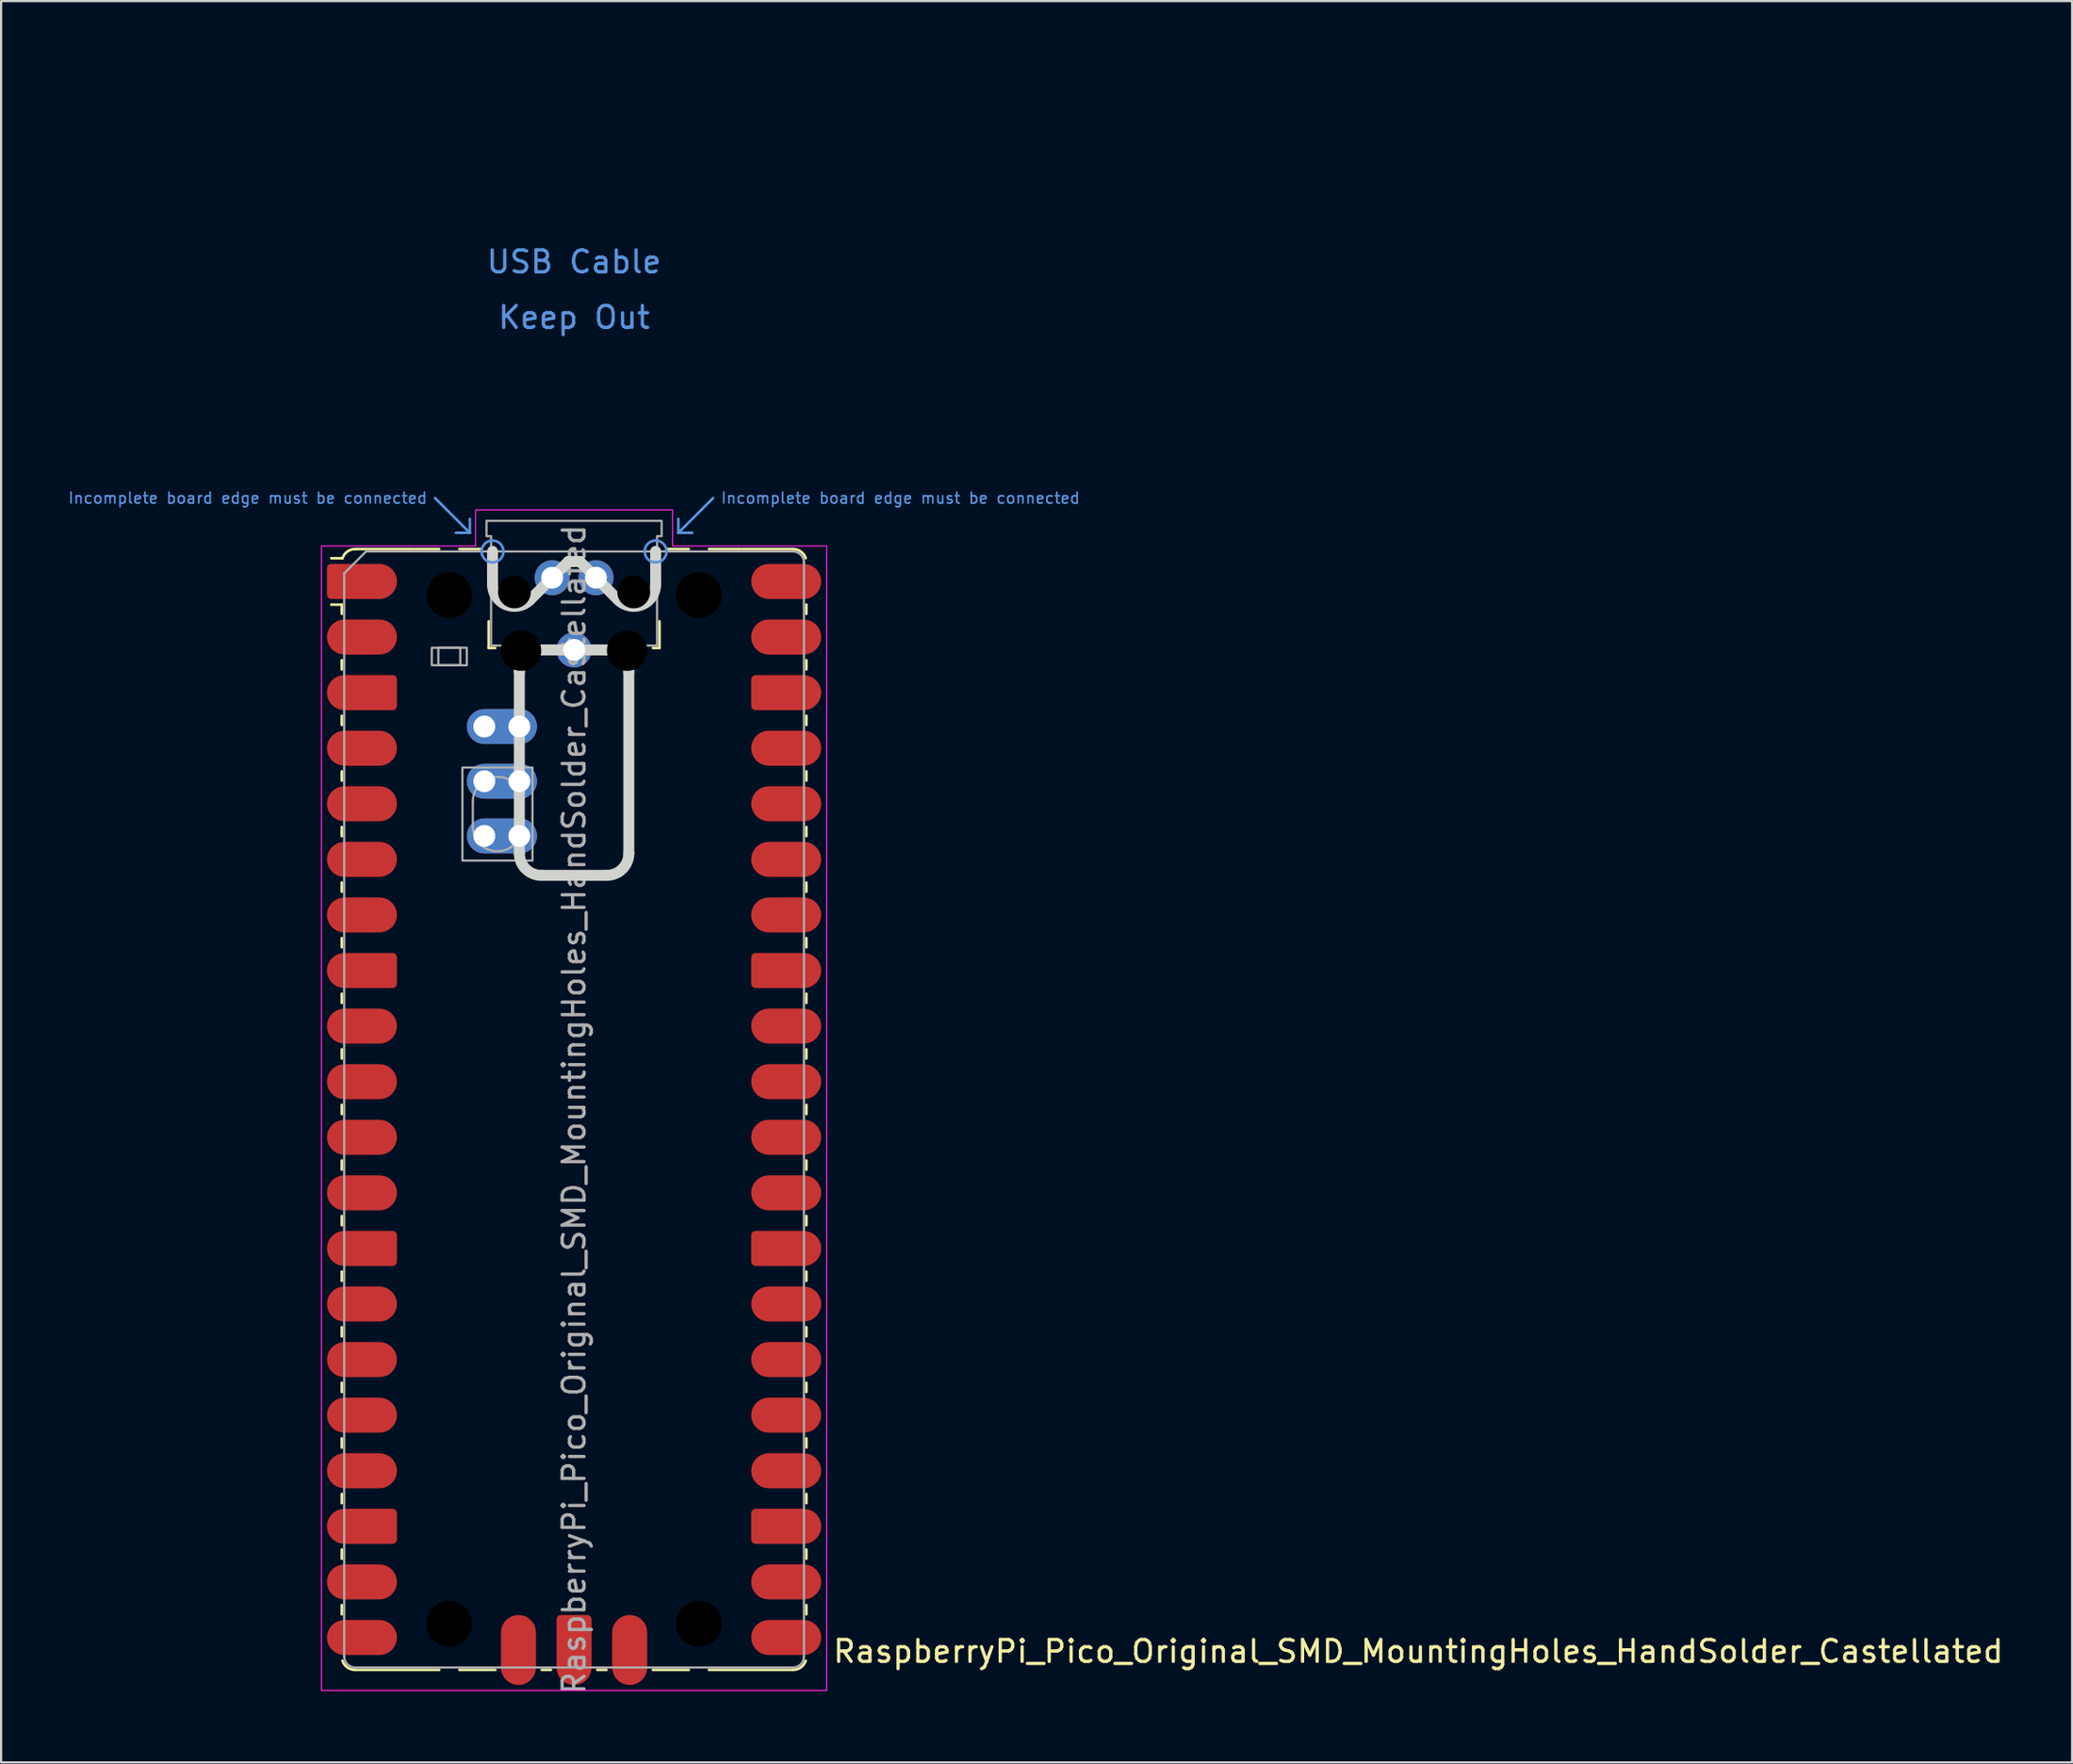
<source format=kicad_pcb>
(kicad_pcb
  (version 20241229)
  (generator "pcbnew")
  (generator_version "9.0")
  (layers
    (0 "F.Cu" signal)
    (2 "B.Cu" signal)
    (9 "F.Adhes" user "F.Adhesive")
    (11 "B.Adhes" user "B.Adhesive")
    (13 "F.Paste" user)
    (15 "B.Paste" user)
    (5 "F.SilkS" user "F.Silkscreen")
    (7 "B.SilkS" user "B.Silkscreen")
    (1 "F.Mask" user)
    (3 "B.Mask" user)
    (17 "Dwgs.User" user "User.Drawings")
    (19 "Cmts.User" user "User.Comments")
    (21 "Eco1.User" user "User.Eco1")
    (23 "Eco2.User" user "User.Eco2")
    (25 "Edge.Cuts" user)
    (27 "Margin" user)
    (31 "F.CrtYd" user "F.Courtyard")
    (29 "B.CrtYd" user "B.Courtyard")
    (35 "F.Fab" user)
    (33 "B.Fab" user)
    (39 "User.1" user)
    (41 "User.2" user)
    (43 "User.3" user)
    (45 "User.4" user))
  (footprint "RaspberryPi_Pico_Original_SMD_MountingHoles_HandSolder_Castellated"
    (layer "F.Cu")
    (at 23.173 47.65)
    (property "Reference" "RaspberryPi_Pico_Original_SMD_MountingHoles_HandSolder_Castellated" (at 11.748 24.765 0) (unlocked yes) (layer "F.SilkS") (effects (font (size 1 1) (thickness 0.15)) (justify left)))
    (attr smd)
    (fp_line (start -10.61 -23.07) (end -11.09 -23.07) (stroke (width 0.12) (type solid)) (layer "F.SilkS"))
    (fp_line (start -10.61 -23.07) (end -10.61 -22.65) (stroke (width 0.12) (type solid)) (layer "F.SilkS"))
    (fp_line (start -10.61 -20.53) (end -10.61 -20.11) (stroke (width 0.12) (type solid)) (layer "F.SilkS"))
    (fp_line (start -10.61 -17.99) (end -10.61 -17.57) (stroke (width 0.12) (type solid)) (layer "F.SilkS"))
    (fp_line (start -10.61 -15.45) (end -10.61 -15.03) (stroke (width 0.12) (type solid)) (layer "F.SilkS"))
    (fp_line (start -10.61 -12.91) (end -10.61 -12.49) (stroke (width 0.12) (type solid)) (layer "F.SilkS"))
    (fp_line (start -10.61 -10.37) (end -10.61 -9.95) (stroke (width 0.12) (type solid)) (layer "F.SilkS"))
    (fp_line (start -10.61 -7.83) (end -10.61 -7.41) (stroke (width 0.12) (type solid)) (layer "F.SilkS"))
    (fp_line (start -10.61 -5.29) (end -10.61 -4.87) (stroke (width 0.12) (type solid)) (layer "F.SilkS"))
    (fp_line (start -10.61 -2.75) (end -10.61 -2.33) (stroke (width 0.12) (type solid)) (layer "F.SilkS"))
    (fp_line (start -10.61 -0.21) (end -10.61 0.21) (stroke (width 0.12) (type solid)) (layer "F.SilkS"))
    (fp_line (start -10.61 2.33) (end -10.61 2.75) (stroke (width 0.12) (type solid)) (layer "F.SilkS"))
    (fp_line (start -10.61 4.87) (end -10.61 5.29) (stroke (width 0.12) (type solid)) (layer "F.SilkS"))
    (fp_line (start -10.61 7.41) (end -10.61 7.83) (stroke (width 0.12) (type solid)) (layer "F.SilkS"))
    (fp_line (start -10.61 9.95) (end -10.61 10.37) (stroke (width 0.12) (type solid)) (layer "F.SilkS"))
    (fp_line (start -10.61 12.49) (end -10.61 12.91) (stroke (width 0.12) (type solid)) (layer "F.SilkS"))
    (fp_line (start -10.61 15.03) (end -10.61 15.45) (stroke (width 0.12) (type solid)) (layer "F.SilkS"))
    (fp_line (start -10.61 17.57) (end -10.61 17.99) (stroke (width 0.12) (type solid)) (layer "F.SilkS"))
    (fp_line (start -10.61 20.11) (end -10.61 20.53) (stroke (width 0.12) (type solid)) (layer "F.SilkS"))
    (fp_line (start -10.61 22.65) (end -10.61 23.07) (stroke (width 0.12) (type solid)) (layer "F.SilkS"))
    (fp_line (start -10.58 -25.19) (end -11.09 -25.19) (stroke (width 0.12) (type solid)) (layer "F.SilkS"))
    (fp_line (start -10 -25.61) (end -7.51 -25.61) (stroke (width 0.12) (type solid)) (layer "F.SilkS"))
    (fp_line (start -10 25.61) (end -6.162 25.61) (stroke (width 0.12) (type solid)) (layer "F.SilkS"))
    (fp_line (start -7.51 -25.61) (end -6.162 -25.61) (stroke (width 0.12) (type solid)) (layer "F.SilkS"))
    (fp_line (start -5.238 -25.61) (end -4.235 -25.61) (stroke (width 0.12) (type solid)) (layer "F.SilkS"))
    (fp_line (start -3.9 -22.306) (end -3.9 -21.09) (stroke (width 0.12) (type solid)) (layer "F.SilkS"))
    (fp_line (start -3.9 -21.09) (end -3.604 -21.09) (stroke (width 0.12) (type solid)) (layer "F.SilkS"))
    (fp_line (start -3.6 25.61) (end -5.238 25.61) (stroke (width 0.12) (type solid)) (layer "F.SilkS"))
    (fp_line (start -1.48 25.61) (end -1.06 25.61) (stroke (width 0.12) (type solid)) (layer "F.SilkS"))
    (fp_line (start 1.06 25.61) (end 1.48 25.61) (stroke (width 0.12) (type solid)) (layer "F.SilkS"))
    (fp_line (start 3.604 -21.09) (end 3.9 -21.09) (stroke (width 0.12) (type solid)) (layer "F.SilkS"))
    (fp_line (start 3.9 -22.306) (end 3.9 -21.09) (stroke (width 0.12) (type solid)) (layer "F.SilkS"))
    (fp_line (start 4.235 -25.61) (end 5.238 -25.61) (stroke (width 0.12) (type solid)) (layer "F.SilkS"))
    (fp_line (start 5.238 25.61) (end 3.6 25.61) (stroke (width 0.12) (type solid)) (layer "F.SilkS"))
    (fp_line (start 6.162 -25.61) (end 7.51 -25.61) (stroke (width 0.12) (type solid)) (layer "F.SilkS"))
    (fp_line (start 6.162 25.61) (end 10 25.61) (stroke (width 0.12) (type solid)) (layer "F.SilkS"))
    (fp_line (start 10 -25.61) (end 7.51 -25.61) (stroke (width 0.12) (type solid)) (layer "F.SilkS"))
    (fp_line (start 10.61 -23.07) (end 10.61 -22.65) (stroke (width 0.12) (type solid)) (layer "F.SilkS"))
    (fp_line (start 10.61 -20.53) (end 10.61 -20.11) (stroke (width 0.12) (type solid)) (layer "F.SilkS"))
    (fp_line (start 10.61 -17.99) (end 10.61 -17.57) (stroke (width 0.12) (type solid)) (layer "F.SilkS"))
    (fp_line (start 10.61 -15.45) (end 10.61 -15.03) (stroke (width 0.12) (type solid)) (layer "F.SilkS"))
    (fp_line (start 10.61 -12.91) (end 10.61 -12.49) (stroke (width 0.12) (type solid)) (layer "F.SilkS"))
    (fp_line (start 10.61 -10.37) (end 10.61 -9.95) (stroke (width 0.12) (type solid)) (layer "F.SilkS"))
    (fp_line (start 10.61 -7.83) (end 10.61 -7.41) (stroke (width 0.12) (type solid)) (layer "F.SilkS"))
    (fp_line (start 10.61 -5.29) (end 10.61 -4.87) (stroke (width 0.12) (type solid)) (layer "F.SilkS"))
    (fp_line (start 10.61 -2.75) (end 10.61 -2.33) (stroke (width 0.12) (type solid)) (layer "F.SilkS"))
    (fp_line (start 10.61 -0.21) (end 10.61 0.21) (stroke (width 0.12) (type solid)) (layer "F.SilkS"))
    (fp_line (start 10.61 2.33) (end 10.61 2.75) (stroke (width 0.12) (type solid)) (layer "F.SilkS"))
    (fp_line (start 10.61 4.87) (end 10.61 5.29) (stroke (width 0.12) (type solid)) (layer "F.SilkS"))
    (fp_line (start 10.61 7.41) (end 10.61 7.83) (stroke (width 0.12) (type solid)) (layer "F.SilkS"))
    (fp_line (start 10.61 9.95) (end 10.61 10.37) (stroke (width 0.12) (type solid)) (layer "F.SilkS"))
    (fp_line (start 10.61 12.49) (end 10.61 12.91) (stroke (width 0.12) (type solid)) (layer "F.SilkS"))
    (fp_line (start 10.61 15.03) (end 10.61 15.45) (stroke (width 0.12) (type solid)) (layer "F.SilkS"))
    (fp_line (start 10.61 17.57) (end 10.61 17.99) (stroke (width 0.12) (type solid)) (layer "F.SilkS"))
    (fp_line (start 10.61 20.11) (end 10.61 20.53) (stroke (width 0.12) (type solid)) (layer "F.SilkS"))
    (fp_line (start 10.61 22.65) (end 10.61 23.07) (stroke (width 0.12) (type solid)) (layer "F.SilkS"))
    (fp_arc (start -10.579676 -25.19) (mid -10.357938 -25.493944) (end -10 -25.61) (stroke (width 0.12) (type solid)) (layer "F.SilkS"))
    (fp_arc (start -10 25.61) (mid -10.357937 25.493944) (end -10.579676 25.189937) (stroke (width 0.12) (type solid)) (layer "F.SilkS"))
    (fp_arc (start 10 -25.61) (mid 10.357937 -25.493944) (end 10.579676 -25.189937) (stroke (width 0.12) (type solid)) (layer "F.SilkS"))
    (fp_arc (start 10.579676 25.189937) (mid 10.357958 25.493991) (end 10 25.61) (stroke (width 0.12) (type solid)) (layer "F.SilkS"))
    (fp_line (start -6.35 -27.94) (end -4.763 -26.352) (stroke (width 0.12) (type solid)) (layer "Cmts.User"))
    (fp_line (start -4.763 -26.352) (end -5.397 -26.352) (stroke (width 0.12) (type solid)) (layer "Cmts.User"))
    (fp_line (start -4.763 -26.352) (end -4.763 -26.988) (stroke (width 0.12) (type solid)) (layer "Cmts.User"))
    (fp_line (start 4.763 -26.352) (end 4.763 -26.988) (stroke (width 0.12) (type solid)) (layer "Cmts.User"))
    (fp_line (start 4.763 -26.352) (end 5.397 -26.352) (stroke (width 0.12) (type solid)) (layer "Cmts.User"))
    (fp_line (start 6.35 -27.94) (end 4.763 -26.352) (stroke (width 0.12) (type solid)) (layer "Cmts.User"))
    (fp_circle (center -3.725 -25.5) (end -3.225 -25.5) (stroke (width 0.12) (type solid)) (fill no) (layer "Cmts.User"))
    (fp_circle (center 3.725 -25.5) (end 3.225 -25.5) (stroke (width 0.12) (type solid)) (fill no) (layer "Cmts.User"))
    (fp_line (start -3.725 -23.989) (end -3.725 -25.5) (stroke (width 0.5) (type solid)) (layer "Edge.Cuts"))
    (fp_line (start -2.5 -20) (end -2.5 -11.7) (stroke (width 0.5) (type solid)) (layer "Edge.Cuts"))
    (fp_line (start -2.018 -23.282) (end -0.258 -25.042) (stroke (width 0.5) (type solid)) (layer "Edge.Cuts"))
    (fp_line (start 0.258 -25.042) (end -0.258 -25.042) (stroke (width 0.5) (type solid)) (layer "Edge.Cuts"))
    (fp_line (start 1.5 -21) (end -1.5 -21) (stroke (width 0.5) (type solid)) (layer "Edge.Cuts"))
    (fp_line (start 1.5 -10.7) (end -1.5 -10.7) (stroke (width 0.5) (type solid)) (layer "Edge.Cuts"))
    (fp_line (start 2.018 -23.282) (end 0.258 -25.042) (stroke (width 0.5) (type solid)) (layer "Edge.Cuts"))
    (fp_line (start 2.5 -11.7) (end 2.5 -20) (stroke (width 0.5) (type solid)) (layer "Edge.Cuts"))
    (fp_line (start 3.725 -23.989) (end 3.725 -25.5) (stroke (width 0.5) (type solid)) (layer "Edge.Cuts"))
    (fp_arc (start -2.5 -20) (mid -2.207118 -20.707118) (end -1.5 -21) (stroke (width 0.5) (type solid)) (layer "Edge.Cuts"))
    (fp_arc (start -2.017893 -23.282106) (mid -3.107711 -23.065266) (end -3.725 -23.989213) (stroke (width 0.5) (type solid)) (layer "Edge.Cuts"))
    (fp_arc (start -1.5 -10.7) (mid -2.20711 -10.99289) (end -2.5 -11.7) (stroke (width 0.5) (type solid)) (layer "Edge.Cuts"))
    (fp_arc (start 1.5 -21) (mid 2.207107 -20.707107) (end 2.5 -20) (stroke (width 0.5) (type solid)) (layer "Edge.Cuts"))
    (fp_arc (start 2.5 -11.7) (mid 2.207095 -10.992905) (end 1.5 -10.7) (stroke (width 0.5) (type solid)) (layer "Edge.Cuts"))
    (fp_arc (start 3.725 -23.989213) (mid 3.107698 -23.06529) (end 2.017893 -23.282106) (stroke (width 0.5) (type solid)) (layer "Edge.Cuts"))
    (fp_poly (pts (xy -4.5 -27.4) (xy 4.5 -27.4) (xy 4.5 -25.75) (xy 11.54 -25.75) (xy 11.54 26.55) (xy -11.54 26.55) (xy -11.54 -25.75) (xy -4.5 -25.75)) (stroke (width 0.05) (type solid)) (fill no) (layer "F.CrtYd"))
    (fp_line (start -10.5 -24.5) (end -9.5 -25.5) (stroke (width 0.1) (type solid)) (layer "F.Fab"))
    (fp_line (start -10.5 25) (end -10.5 -24.5) (stroke (width 0.1) (type solid)) (layer "F.Fab"))
    (fp_line (start -9.5 -25.5) (end 10 -25.5) (stroke (width 0.1) (type solid)) (layer "F.Fab"))
    (fp_line (start -4.625 -14.075) (end -4.625 -12.925) (stroke (width 0.1) (type solid)) (layer "F.Fab"))
    (fp_line (start -2.375 -14.075) (end -2.375 -12.925) (stroke (width 0.1) (type solid)) (layer "F.Fab"))
    (fp_line (start 10 25.5) (end -10 25.5) (stroke (width 0.1) (type solid)) (layer "F.Fab"))
    (fp_line (start 10.5 -25) (end 10.5 25) (stroke (width 0.1) (type solid)) (layer "F.Fab"))
    (fp_rect (start -6.5 -21.1) (end -4.9 -20.3) (stroke (width 0.1) (type solid)) (fill no) (layer "F.Fab"))
    (fp_rect (start -6.2 -21.1) (end -5.2 -20.3) (stroke (width 0.1) (type solid)) (fill no) (layer "F.Fab"))
    (fp_rect (start -5.1 -15.625) (end -1.9 -11.375) (stroke (width 0.1) (type solid)) (fill no) (layer "F.Fab"))
    (fp_arc (start -10 25.5) (mid -10.353553 25.353553) (end -10.5 25) (stroke (width 0.1) (type solid)) (layer "F.Fab"))
    (fp_arc (start -4.625 -14.075) (mid -3.5 -15.2) (end -2.375 -14.075) (stroke (width 0.1) (type solid)) (layer "F.Fab"))
    (fp_arc (start -2.375 -12.925) (mid -3.5 -11.8) (end -4.625 -12.925) (stroke (width 0.1) (type solid)) (layer "F.Fab"))
    (fp_arc (start 10 -25.5) (mid 10.353553 -25.353553) (end 10.5 -25) (stroke (width 0.1) (type solid)) (layer "F.Fab"))
    (fp_arc (start 10.5 25) (mid 10.353553 25.353553) (end 10 25.5) (stroke (width 0.1) (type solid)) (layer "F.Fab"))
    (fp_poly (pts (xy 3.79 -21.2) (xy 3.79 -26.2) (xy 4 -26.2) (xy 4 -26.9) (xy -4 -26.9) (xy -4 -26.2) (xy -3.79 -26.2) (xy -3.79 -21.2)) (stroke (width 0.1) (type solid)) (fill no) (layer "F.Fab"))
    (fp_text user "USB Cable" (at 0 -38.735 0) (unlocked yes) (layer "Cmts.User") (effects (font (size 1 1) (thickness 0.15))))
    (fp_text user "Keep Out" (at 0 -36.195 0) (unlocked yes) (layer "Cmts.User") (effects (font (size 1 1) (thickness 0.15))))
    (fp_text user "Incomplete board edge must be connected" (at 6.668 -27.94 0) (unlocked yes) (layer "Cmts.User") (effects (font (size 0.5 0.5) (thickness 0.075)) (justify left)))
    (fp_text user "Incomplete board edge must be connected" (at -6.668 -27.94 0) (unlocked yes) (layer "Cmts.User") (effects (font (size 0.5 0.5) (thickness 0.075)) (justify right)))
    (fp_text user "${REFERENCE}" (at 0 0 90) (layer "F.Fab") (effects (font (size 1 1) (thickness 0.15))))
    (pad "" np_thru_hole circle (at -5.7 -23.5) (size 3.8 3.8) (drill 2.1) (layers "*.Mask"))
    (pad "" np_thru_hole circle (at -5.7 23.5) (size 3.8 3.8) (drill 2.1) (layers "*.Mask"))
    (pad "" np_thru_hole circle (at -2.725 -23.65) (size 1.5 1.5) (drill 1.5) (layers "*.Mask"))
    (pad "" np_thru_hole circle (at -2.425 -20.97) (size 1.85 1.85) (drill 1.85) (layers "*.Mask"))
    (pad "" np_thru_hole circle (at 2.425 -20.97) (size 1.85 1.85) (drill 1.85) (layers "*.Mask"))
    (pad "" np_thru_hole circle (at 2.725 -23.65) (size 1.5 1.5) (drill 1.5) (layers "*.Mask"))
    (pad "" np_thru_hole circle (at 5.7 -23.5) (size 3.8 3.8) (drill 2.1) (layers "*.Mask"))
    (pad "" np_thru_hole circle (at 5.7 23.5) (size 3.8 3.8) (drill 2.1) (layers "*.Mask"))
    (pad "1" smd custom (at -8.89 -24.13) (size 1.6 1.6) (layers "F.Cu" "F.Mask" "F.Paste") (options (anchor circle)) (primitives (gr_poly (pts (xy -2.4 0.6) (xy -2.4 -0.6) (xy -2.2 -0.8) (xy 0 -0.8) (xy 0 0.8) (xy -2.2 0.8)) (width 0) (fill yes)) (gr_circle (center -2.2 0.6) (end -2 0.6) (width 0) (fill yes)) (gr_circle (center -2.2 -0.6) (end -2 -0.6) (width 0) (fill yes))))
    (pad "2" smd roundrect (at -8.89 -21.59) (size 3.2 1.6) (drill (offset -0.8 0)) (layers "F.Cu" "F.Mask" "F.Paste") (roundrect_rratio 0.5))
    (pad "3" smd custom (at -8.89 -19.05) (size 1.6 1.6) (layers "F.Cu" "F.Mask" "F.Paste") (options (anchor circle)) (primitives (gr_poly (pts (xy 0.8 -0.6) (xy 0.8 0.6) (xy 0.6 0.8) (xy -1.6 0.8) (xy -1.6 -0.8) (xy 0.6 -0.8)) (width 0) (fill yes)) (gr_circle (center 0.6 0.6) (end 0.8 0.6) (width 0) (fill yes)) (gr_circle (center 0.6 -0.6) (end 0.8 -0.6) (width 0) (fill yes)) (gr_circle (center -1.6 0) (end -0.8 0) (width 0) (fill yes))))
    (pad "4" smd roundrect (at -8.89 -16.51) (size 3.2 1.6) (drill (offset -0.8 0)) (layers "F.Cu" "F.Mask" "F.Paste") (roundrect_rratio 0.5))
    (pad "5" smd roundrect (at -8.89 -13.97) (size 3.2 1.6) (drill (offset -0.8 0)) (layers "F.Cu" "F.Mask" "F.Paste") (roundrect_rratio 0.5))
    (pad "6" smd roundrect (at -8.89 -11.43) (size 3.2 1.6) (drill (offset -0.8 0)) (layers "F.Cu" "F.Mask" "F.Paste") (roundrect_rratio 0.5))
    (pad "7" smd roundrect (at -8.89 -8.89) (size 3.2 1.6) (drill (offset -0.8 0)) (layers "F.Cu" "F.Mask" "F.Paste") (roundrect_rratio 0.5))
    (pad "8" smd custom (at -8.89 -6.35) (size 1.6 1.6) (layers "F.Cu" "F.Mask" "F.Paste") (options (anchor circle)) (primitives (gr_poly (pts (xy 0.8 -0.6) (xy 0.8 0.6) (xy 0.6 0.8) (xy -1.6 0.8) (xy -1.6 -0.8) (xy 0.6 -0.8)) (width 0) (fill yes)) (gr_circle (center 0.6 0.6) (end 0.8 0.6) (width 0) (fill yes)) (gr_circle (center 0.6 -0.6) (end 0.8 -0.6) (width 0) (fill yes)) (gr_circle (center -1.6 0) (end -0.8 0) (width 0) (fill yes))))
    (pad "9" smd roundrect (at -8.89 -3.81) (size 3.2 1.6) (drill (offset -0.8 0)) (layers "F.Cu" "F.Mask" "F.Paste") (roundrect_rratio 0.5))
    (pad "10" smd roundrect (at -8.89 -1.27) (size 3.2 1.6) (drill (offset -0.8 0)) (layers "F.Cu" "F.Mask" "F.Paste") (roundrect_rratio 0.5))
    (pad "11" smd roundrect (at -8.89 1.27) (size 3.2 1.6) (drill (offset -0.8 0)) (layers "F.Cu" "F.Mask" "F.Paste") (roundrect_rratio 0.5))
    (pad "12" smd roundrect (at -8.89 3.81) (size 3.2 1.6) (drill (offset -0.8 0)) (layers "F.Cu" "F.Mask" "F.Paste") (roundrect_rratio 0.5))
    (pad "13" smd custom (at -8.89 6.35) (size 1.6 1.6) (layers "F.Cu" "F.Mask" "F.Paste") (options (anchor circle)) (primitives (gr_poly (pts (xy 0.8 -0.6) (xy 0.8 0.6) (xy 0.6 0.8) (xy -1.6 0.8) (xy -1.6 -0.8) (xy 0.6 -0.8)) (width 0) (fill yes)) (gr_circle (center 0.6 0.6) (end 0.8 0.6) (width 0) (fill yes)) (gr_circle (center 0.6 -0.6) (end 0.8 -0.6) (width 0) (fill yes)) (gr_circle (center -1.6 0) (end -0.8 0) (width 0) (fill yes))))
    (pad "14" smd roundrect (at -8.89 8.89) (size 3.2 1.6) (drill (offset -0.8 0)) (layers "F.Cu" "F.Mask" "F.Paste") (roundrect_rratio 0.5))
    (pad "15" smd roundrect (at -8.89 11.43) (size 3.2 1.6) (drill (offset -0.8 0)) (layers "F.Cu" "F.Mask" "F.Paste") (roundrect_rratio 0.5))
    (pad "16" smd roundrect (at -8.89 13.97) (size 3.2 1.6) (drill (offset -0.8 0)) (layers "F.Cu" "F.Mask" "F.Paste") (roundrect_rratio 0.5))
    (pad "17" smd roundrect (at -8.89 16.51) (size 3.2 1.6) (drill (offset -0.8 0)) (layers "F.Cu" "F.Mask" "F.Paste") (roundrect_rratio 0.5))
    (pad "18" smd custom (at -8.89 19.05) (size 1.6 1.6) (layers "F.Cu" "F.Mask" "F.Paste") (options (anchor circle)) (primitives (gr_poly (pts (xy 0.8 -0.6) (xy 0.8 0.6) (xy 0.6 0.8) (xy -1.6 0.8) (xy -1.6 -0.8) (xy 0.6 -0.8)) (width 0) (fill yes)) (gr_circle (center 0.6 0.6) (end 0.8 0.6) (width 0) (fill yes)) (gr_circle (center 0.6 -0.6) (end 0.8 -0.6) (width 0) (fill yes)) (gr_circle (center -1.6 0) (end -0.8 0) (width 0) (fill yes))))
    (pad "19" smd roundrect (at -8.89 21.59) (size 3.2 1.6) (drill (offset -0.8 0)) (layers "F.Cu" "F.Mask" "F.Paste") (roundrect_rratio 0.5))
    (pad "20" smd roundrect (at -8.89 24.13) (size 3.2 1.6) (drill (offset -0.8 0)) (layers "F.Cu" "F.Mask" "F.Paste") (roundrect_rratio 0.5))
    (pad "21" smd roundrect (at 8.89 24.13) (size 3.2 1.6) (drill (offset 0.8 0)) (layers "F.Cu" "F.Mask" "F.Paste") (roundrect_rratio 0.5))
    (pad "22" smd roundrect (at 8.89 21.59) (size 3.2 1.6) (drill (offset 0.8 0)) (layers "F.Cu" "F.Mask" "F.Paste") (roundrect_rratio 0.5))
    (pad "23" smd custom (at 8.89 19.05) (size 1.6 1.6) (layers "F.Cu" "F.Mask" "F.Paste") (options (anchor circle)) (primitives (gr_poly (pts (xy -0.8 -0.6) (xy -0.8 0.6) (xy -0.6 0.8) (xy 1.6 0.8) (xy 1.6 -0.8) (xy -0.6 -0.8)) (width 0) (fill yes)) (gr_circle (center -0.6 0.6) (end -0.4 0.6) (width 0) (fill yes)) (gr_circle (center -0.6 -0.6) (end -0.4 -0.6) (width 0) (fill yes)) (gr_circle (center 1.6 0) (end 2.4 0) (width 0) (fill yes))))
    (pad "24" smd roundrect (at 8.89 16.51) (size 3.2 1.6) (drill (offset 0.8 0)) (layers "F.Cu" "F.Mask" "F.Paste") (roundrect_rratio 0.5))
    (pad "25" smd roundrect (at 8.89 13.97) (size 3.2 1.6) (drill (offset 0.8 0)) (layers "F.Cu" "F.Mask" "F.Paste") (roundrect_rratio 0.5))
    (pad "26" smd roundrect (at 8.89 11.43) (size 3.2 1.6) (drill (offset 0.8 0)) (layers "F.Cu" "F.Mask" "F.Paste") (roundrect_rratio 0.5))
    (pad "27" smd roundrect (at 8.89 8.89) (size 3.2 1.6) (drill (offset 0.8 0)) (layers "F.Cu" "F.Mask" "F.Paste") (roundrect_rratio 0.5))
    (pad "28" smd custom (at 8.89 6.35) (size 1.6 1.6) (layers "F.Cu" "F.Mask" "F.Paste") (options (anchor circle)) (primitives (gr_poly (pts (xy -0.8 -0.6) (xy -0.8 0.6) (xy -0.6 0.8) (xy 1.6 0.8) (xy 1.6 -0.8) (xy -0.6 -0.8)) (width 0) (fill yes)) (gr_circle (center -0.6 0.6) (end -0.4 0.6) (width 0) (fill yes)) (gr_circle (center -0.6 -0.6) (end -0.4 -0.6) (width 0) (fill yes)) (gr_circle (center 1.6 0) (end 2.4 0) (width 0) (fill yes))))
    (pad "29" smd roundrect (at 8.89 3.81) (size 3.2 1.6) (drill (offset 0.8 0)) (layers "F.Cu" "F.Mask" "F.Paste") (roundrect_rratio 0.5))
    (pad "30" smd roundrect (at 8.89 1.27) (size 3.2 1.6) (drill (offset 0.8 0)) (layers "F.Cu" "F.Mask" "F.Paste") (roundrect_rratio 0.5))
    (pad "31" smd roundrect (at 8.89 -1.27) (size 3.2 1.6) (drill (offset 0.8 0)) (layers "F.Cu" "F.Mask" "F.Paste") (roundrect_rratio 0.5))
    (pad "32" smd roundrect (at 8.89 -3.81) (size 3.2 1.6) (drill (offset 0.8 0)) (layers "F.Cu" "F.Mask" "F.Paste") (roundrect_rratio 0.5))
    (pad "33" smd custom (at 8.89 -6.35) (size 1.6 1.6) (layers "F.Cu" "F.Mask" "F.Paste") (options (anchor circle)) (primitives (gr_poly (pts (xy -0.8 -0.6) (xy -0.8 0.6) (xy -0.6 0.8) (xy 1.6 0.8) (xy 1.6 -0.8) (xy -0.6 -0.8)) (width 0) (fill yes)) (gr_circle (center -0.6 0.6) (end -0.4 0.6) (width 0) (fill yes)) (gr_circle (center -0.6 -0.6) (end -0.4 -0.6) (width 0) (fill yes)) (gr_circle (center 1.6 0) (end 2.4 0) (width 0) (fill yes))))
    (pad "34" smd roundrect (at 8.89 -8.89) (size 3.2 1.6) (drill (offset 0.8 0)) (layers "F.Cu" "F.Mask" "F.Paste") (roundrect_rratio 0.5))
    (pad "35" smd roundrect (at 8.89 -11.43) (size 3.2 1.6) (drill (offset 0.8 0)) (layers "F.Cu" "F.Mask" "F.Paste") (roundrect_rratio 0.5))
    (pad "36" smd roundrect (at 8.89 -13.97) (size 3.2 1.6) (drill (offset 0.8 0)) (layers "F.Cu" "F.Mask" "F.Paste") (roundrect_rratio 0.5))
    (pad "37" smd roundrect (at 8.89 -16.51) (size 3.2 1.6) (drill (offset 0.8 0)) (layers "F.Cu" "F.Mask" "F.Paste") (roundrect_rratio 0.5))
    (pad "38" smd custom (at 8.89 -19.05) (size 1.6 1.6) (layers "F.Cu" "F.Mask" "F.Paste") (options (anchor circle)) (primitives (gr_poly (pts (xy -0.8 -0.6) (xy -0.8 0.6) (xy -0.6 0.8) (xy 1.6 0.8) (xy 1.6 -0.8) (xy -0.6 -0.8)) (width 0) (fill yes)) (gr_circle (center -0.6 0.6) (end -0.4 0.6) (width 0) (fill yes)) (gr_circle (center -0.6 -0.6) (end -0.4 -0.6) (width 0) (fill yes)) (gr_circle (center 1.6 0) (end 2.4 0) (width 0) (fill yes))))
    (pad "39" smd roundrect (at 8.89 -21.59) (size 3.2 1.6) (drill (offset 0.8 0)) (layers "F.Cu" "F.Mask" "F.Paste") (roundrect_rratio 0.5))
    (pad "40" smd roundrect (at 8.89 -24.13) (size 3.2 1.6) (drill (offset 0.8 0)) (layers "F.Cu" "F.Mask" "F.Paste") (roundrect_rratio 0.5))
    (pad "D1" smd roundrect (at -2.54 23.9 90) (size 3.2 1.6) (drill (offset -0.8 0)) (layers "F.Cu" "F.Mask" "F.Paste") (roundrect_rratio 0.5))
    (pad "D2" smd custom (at 0 23.9 270) (size 1.6 1.6) (layers "F.Cu" "F.Mask" "F.Paste") (options (anchor circle)) (primitives (gr_poly (pts (xy -0.8 -0.6) (xy -0.8 0.6) (xy -0.6 0.8) (xy 1.6 0.8) (xy 1.6 -0.8) (xy -0.6 -0.8)) (width 0) (fill yes)) (gr_circle (center -0.6 0.6) (end -0.4 0.6) (width 0) (fill yes)) (gr_circle (center -0.6 -0.6) (end -0.4 -0.6) (width 0) (fill yes)) (gr_circle (center 1.6 0) (end 2.4 0) (width 0) (fill yes))))
    (pad "D3" smd roundrect (at 2.54 23.9 90) (size 3.2 1.6) (drill (offset -0.8 0)) (layers "F.Cu" "F.Mask" "F.Paste") (roundrect_rratio 0.5))
    (pad "TP1" thru_hole circle (at 0 -21) (size 1.6 1.6) (drill 1) (property pad_prop_castellated) (layers "*.Cu" "*.Mask"))
    (pad "TP2" thru_hole circle (at 1 -24.3) (size 1.6 1.6) (drill 1) (property pad_prop_castellated) (layers "*.Cu" "*.Mask"))
    (pad "TP3" thru_hole circle (at -1 -24.3) (size 1.6 1.6) (drill 1) (property pad_prop_castellated) (layers "*.Cu" "*.Mask"))
    (pad "TP4" thru_hole roundrect (at -4.1 -17.5) (size 3.2 1.6) (drill 1 (offset 0.8 0)) (property pad_prop_castellated) (layers "*.Cu" "*.Mask") (roundrect_rratio 0.5))
    (pad "TP4" thru_hole circle (at -2.5 -17.5) (size 1.6 1.6) (drill 1) (property pad_prop_castellated) (layers "*.Cu" "*.Mask"))
    (pad "TP5" thru_hole roundrect (at -4.1 -15) (size 3.2 1.6) (drill 1 (offset 0.8 0)) (property pad_prop_castellated) (layers "*.Cu" "*.Mask") (roundrect_rratio 0.5))
    (pad "TP5" thru_hole circle (at -2.5 -15) (size 1.6 1.6) (drill 1) (property pad_prop_castellated) (layers "*.Cu" "*.Mask"))
    (pad "TP6" thru_hole roundrect (at -4.1 -12.5) (size 3.2 1.6) (drill 1 (offset 0.8 0)) (property pad_prop_castellated) (layers "*.Cu" "*.Mask") (roundrect_rratio 0.5))
    (pad "TP6" thru_hole circle (at -2.5 -12.5) (size 1.6 1.6) (drill 1) (property pad_prop_castellated) (layers "*.Cu" "*.Mask"))
    (zone (net_name "") (layer "Edge.Cuts") (name "Board Keep Out USB Cable") (hatch edge 0.5) (connect_pads) (min_thickness 0.254) (filled_areas_thickness no) (keepout (tracks allowed) (vias allowed) (pads allowed) (copperpour allowed) (footprints allowed)) (placement (enabled no)) (fill) (polygon (pts (xy 16.973 0) (xy 29.373 0) (xy 29.373 20.4) (xy 16.973 20.4))))
    (zone (net_name "") (layer "Edge.Cuts") (name "Board Keep Out Castellated TP") (hatch edge 0.5) (connect_pads) (min_thickness 0.254) (filled_areas_thickness no) (keepout (tracks allowed) (vias allowed) (pads allowed) (copperpour allowed) (footprints allowed)) (placement (enabled no)) (fill) (polygon (pts (arc (start 24.673447 36.95) (mid 25.380554 36.657107) (end 25.673447 35.95)) (arc (start 25.673447 27.65) (mid 25.380554 26.942893) (end 24.673447 26.65)) (arc (start 21.673447 26.65) (mid 20.96634 26.942893) (end 20.673447 27.65)) (arc (start 20.673447 35.95) (mid 20.966343 36.657104) (end 21.673447 36.95)))))
    (zone (net_name "") (layer "Edge.Cuts") (name "Board Keep Out Castellated USB") (hatch edge 0.5) (connect_pads) (min_thickness 0.25) (filled_areas_thickness no) (keepout (tracks allowed) (vias allowed) (pads allowed) (copperpour allowed) (footprints allowed)) (placement (enabled no)) (fill) (polygon (pts (arc (start 20.448447 20.607538) (mid 19.74134 20.900431) (end 19.448447 21.607538)) (arc (start 19.448447 23.660787) (mid 20.065759 24.584679) (end 21.155554 24.367894)) (xy 22.916 22.608) (xy 23.431 22.608) (arc (start 25.19134 24.367894) (mid 26.281135 24.584679) (end 26.898447 23.660787)) (arc (start 26.898447 21.607538) (mid 26.605554 20.900431) (end 25.898447 20.607538)))))
    (zone (net_name "") (layer "F.CrtYd") (name "USB Cable Keep Out") (hatch full 0.5) (connect_pads) (min_thickness 0.254) (filled_areas_thickness no) (keepout (tracks allowed) (vias allowed) (pads allowed) (copperpour allowed) (footprints not_allowed)) (placement (enabled no)) (fill) (polygon (pts (xy 17.423 19.95) (xy 19.233 19.95) (xy 19.233 20.25) (xy 27.113 20.25) (xy 27.113 19.95) (xy 28.923 19.95) (xy 28.923 0.45) (xy 17.423 0.45)))))
  (gr_rect
    (start -3 -3)
    (end 91.6 77.489)
    (stroke (width 0.1) (type default))
    (fill no)
    (layer "Edge.Cuts")))
</source>
